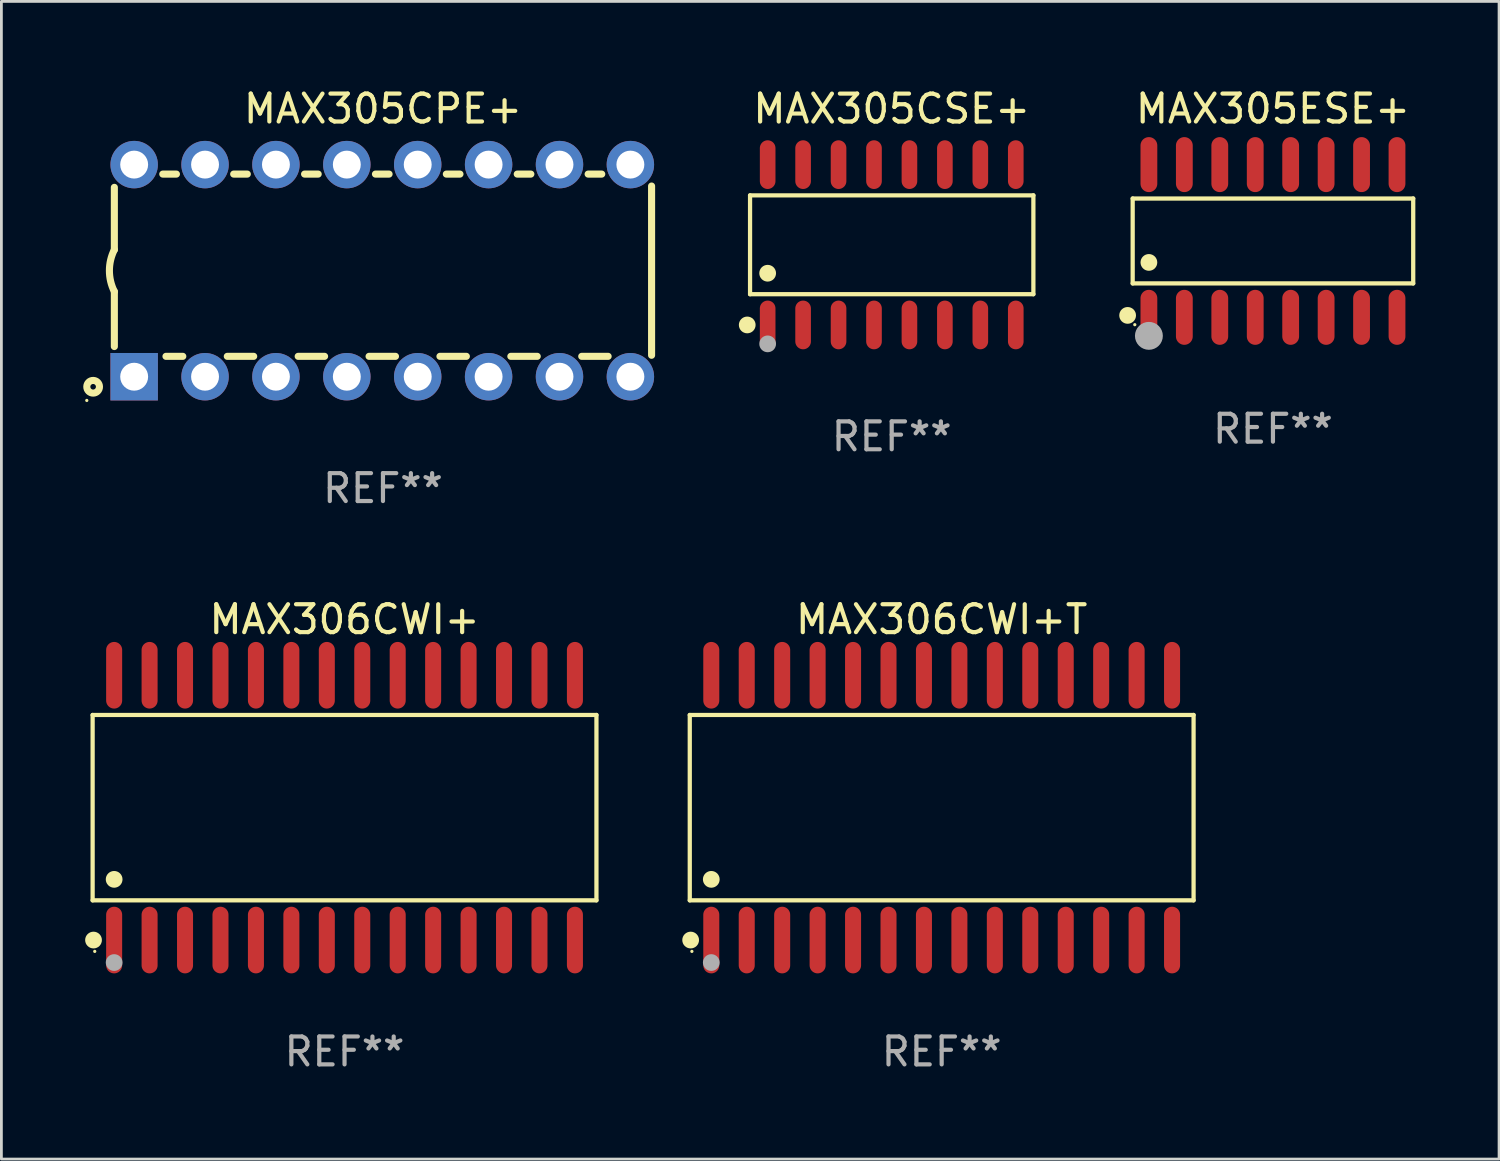
<source format=kicad_pcb>
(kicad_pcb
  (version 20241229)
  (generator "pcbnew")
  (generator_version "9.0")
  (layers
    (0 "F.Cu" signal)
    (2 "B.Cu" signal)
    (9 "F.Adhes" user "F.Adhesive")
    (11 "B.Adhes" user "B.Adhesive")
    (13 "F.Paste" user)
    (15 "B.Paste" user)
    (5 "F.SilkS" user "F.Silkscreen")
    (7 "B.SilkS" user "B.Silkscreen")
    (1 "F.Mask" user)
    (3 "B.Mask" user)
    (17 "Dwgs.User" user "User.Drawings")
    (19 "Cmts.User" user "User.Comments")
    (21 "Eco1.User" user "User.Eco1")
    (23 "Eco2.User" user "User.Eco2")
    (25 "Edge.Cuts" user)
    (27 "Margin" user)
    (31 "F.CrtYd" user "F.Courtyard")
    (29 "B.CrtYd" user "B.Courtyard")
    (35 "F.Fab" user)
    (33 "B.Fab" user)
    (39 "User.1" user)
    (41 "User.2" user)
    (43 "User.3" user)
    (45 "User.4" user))
  (footprint "MAX305CPE+"
    (layer "F.Cu")
    (at 10.672 6.648)
    (property "Reference" "MAX305CPE+" (at 0 -5.8 0) (layer "F.SilkS") (effects (font (size 1 1) (thickness 0.15))))
    (attr through_hole)
    (fp_line (start -9.625 -0.75) (end -9.625 -2.985) (stroke (width 0.254) (type solid)) (layer "F.SilkS"))
    (fp_line (start -9.625 0.749) (end -9.625 2.719) (stroke (width 0.254) (type solid)) (layer "F.SilkS"))
    (fp_line (start -7.889 -3.46) (end -7.401 -3.46) (stroke (width 0.254) (type solid)) (layer "F.SilkS"))
    (fp_line (start -7.775 3.07) (end -7.172 3.07) (stroke (width 0.254) (type solid)) (layer "F.SilkS"))
    (fp_line (start -5.578 3.07) (end -4.632 3.07) (stroke (width 0.254) (type solid)) (layer "F.SilkS"))
    (fp_line (start -5.349 -3.46) (end -4.861 -3.46) (stroke (width 0.254) (type solid)) (layer "F.SilkS"))
    (fp_line (start -3.038 3.07) (end -2.092 3.07) (stroke (width 0.254) (type solid)) (layer "F.SilkS"))
    (fp_line (start -2.809 -3.46) (end -2.321 -3.46) (stroke (width 0.254) (type solid)) (layer "F.SilkS"))
    (fp_line (start -0.498 3.07) (end 0.448 3.07) (stroke (width 0.254) (type solid)) (layer "F.SilkS"))
    (fp_line (start -0.269 -3.46) (end 0.219 -3.46) (stroke (width 0.254) (type solid)) (layer "F.SilkS"))
    (fp_line (start 2.042 3.07) (end 2.988 3.07) (stroke (width 0.254) (type solid)) (layer "F.SilkS"))
    (fp_line (start 2.271 -3.46) (end 2.759 -3.46) (stroke (width 0.254) (type solid)) (layer "F.SilkS"))
    (fp_line (start 4.582 3.07) (end 5.528 3.07) (stroke (width 0.254) (type solid)) (layer "F.SilkS"))
    (fp_line (start 4.811 -3.46) (end 5.299 -3.46) (stroke (width 0.254) (type solid)) (layer "F.SilkS"))
    (fp_line (start 7.122 3.07) (end 8.068 3.07) (stroke (width 0.254) (type solid)) (layer "F.SilkS"))
    (fp_line (start 7.351 -3.46) (end 7.839 -3.46) (stroke (width 0.254) (type solid)) (layer "F.SilkS"))
    (fp_line (start 9.625 3.032) (end 9.625 -3.032) (stroke (width 0.254) (type solid)) (layer "F.SilkS"))
    (fp_arc (start -9.62498 0.748819) (mid -9.801899 -0.000581) (end -9.625006 -0.749987) (stroke (width 0.254001) (type solid)) (layer "F.SilkS"))
    (fp_circle (center -10.612 4.65) (end -10.582 4.65) (stroke (width 0.06) (type solid)) (fill no) (layer "F.SilkS"))
    (fp_circle (center -10.385 4.16) (end -10.285 4.16) (stroke (width 0.254) (type solid)) (fill no) (layer "F.SilkS"))
    (fp_text user "REF**" (at 0 7.8 0) (layer "F.Fab") (effects (font (size 1 1) (thickness 0.15))))
    (pad "1" thru_hole rect (at -8.915 3.8 90) (size 1.7 1.7) (drill 1) (layers "*.Cu" "*.Mask"))
    (pad "2" thru_hole circle (at -6.375 3.8) (size 1.7 1.7) (drill 1) (layers "*.Cu" "*.Mask"))
    (pad "3" thru_hole circle (at -3.835 3.8) (size 1.7 1.7) (drill 1) (layers "*.Cu" "*.Mask"))
    (pad "4" thru_hole circle (at -1.295 3.8) (size 1.7 1.7) (drill 1) (layers "*.Cu" "*.Mask"))
    (pad "5" thru_hole circle (at 1.245 3.8) (size 1.7 1.7) (drill 1) (layers "*.Cu" "*.Mask"))
    (pad "6" thru_hole circle (at 3.785 3.8) (size 1.7 1.7) (drill 1) (layers "*.Cu" "*.Mask"))
    (pad "7" thru_hole circle (at 6.325 3.8) (size 1.7 1.7) (drill 1) (layers "*.Cu" "*.Mask"))
    (pad "8" thru_hole circle (at 8.865 3.8) (size 1.7 1.7) (drill 1) (layers "*.Cu" "*.Mask"))
    (pad "9" thru_hole circle (at 8.865 -3.8) (size 1.7 1.7) (drill 1) (layers "*.Cu" "*.Mask"))
    (pad "10" thru_hole circle (at 6.325 -3.8) (size 1.7 1.7) (drill 1) (layers "*.Cu" "*.Mask"))
    (pad "11" thru_hole circle (at 3.785 -3.8) (size 1.7 1.7) (drill 1) (layers "*.Cu" "*.Mask"))
    (pad "12" thru_hole circle (at 1.245 -3.8) (size 1.7 1.7) (drill 1) (layers "*.Cu" "*.Mask"))
    (pad "13" thru_hole circle (at -1.295 -3.8) (size 1.7 1.7) (drill 1) (layers "*.Cu" "*.Mask"))
    (pad "14" thru_hole circle (at -3.835 -3.8) (size 1.7 1.7) (drill 1) (layers "*.Cu" "*.Mask"))
    (pad "15" thru_hole circle (at -6.375 -3.8) (size 1.7 1.7) (drill 1) (layers "*.Cu" "*.Mask"))
    (pad "16" thru_hole circle (at -8.915 -3.8) (size 1.7 1.7) (drill 1) (layers "*.Cu" "*.Mask")))
  (footprint "MAX305CSE+"
    (layer "F.Cu")
    (at 28.901 5.721)
    (property "Reference" "MAX305CSE+" (at 0 -4.872 0) (layer "F.SilkS") (effects (font (size 1 1) (thickness 0.15))))
    (attr through_hole)
    (fp_line (start -5.076 -1.771) (end 5.076 -1.771) (stroke (width 0.152) (type solid)) (layer "F.SilkS"))
    (fp_line (start -5.076 1.771) (end -5.076 -1.771) (stroke (width 0.152) (type solid)) (layer "F.SilkS"))
    (fp_line (start 5.076 -1.771) (end 5.076 1.771) (stroke (width 0.152) (type solid)) (layer "F.SilkS"))
    (fp_line (start 5.076 1.771) (end -5.076 1.771) (stroke (width 0.152) (type solid)) (layer "F.SilkS"))
    (fp_circle (center -5.177 2.872) (end -5.027 2.872) (stroke (width 0.3) (type solid)) (fill no) (layer "F.SilkS"))
    (fp_circle (center -5.1 3) (end -5.07 3) (stroke (width 0.06) (type solid)) (fill no) (layer "F.SilkS"))
    (fp_circle (center -4.445 1.019) (end -4.295 1.019) (stroke (width 0.3) (type solid)) (fill no) (layer "F.SilkS"))
    (fp_circle (center -4.445 3.55) (end -4.295 3.55) (stroke (width 0.3) (type solid)) (fill no) (layer "F.Fab"))
    (fp_text user "REF**" (at 0 6.872 0) (layer "F.Fab") (effects (font (size 1 1) (thickness 0.15))))
    (pad "1" smd oval (at -4.445 2.872) (size 0.56 1.745) (layers "F.Cu" "F.Mask" "F.Paste"))
    (pad "2" smd oval (at -3.175 2.872) (size 0.56 1.745) (layers "F.Cu" "F.Mask" "F.Paste"))
    (pad "3" smd oval (at -1.905 2.872) (size 0.56 1.745) (layers "F.Cu" "F.Mask" "F.Paste"))
    (pad "4" smd oval (at -0.635 2.872) (size 0.56 1.745) (layers "F.Cu" "F.Mask" "F.Paste"))
    (pad "5" smd oval (at 0.635 2.872) (size 0.56 1.745) (layers "F.Cu" "F.Mask" "F.Paste"))
    (pad "6" smd oval (at 1.905 2.872) (size 0.56 1.745) (layers "F.Cu" "F.Mask" "F.Paste"))
    (pad "7" smd oval (at 3.175 2.872) (size 0.56 1.745) (layers "F.Cu" "F.Mask" "F.Paste"))
    (pad "8" smd oval (at 4.445 2.872) (size 0.56 1.745) (layers "F.Cu" "F.Mask" "F.Paste"))
    (pad "9" smd oval (at 4.445 -2.872) (size 0.56 1.745) (layers "F.Cu" "F.Mask" "F.Paste"))
    (pad "10" smd oval (at 3.175 -2.872) (size 0.56 1.745) (layers "F.Cu" "F.Mask" "F.Paste"))
    (pad "11" smd oval (at 1.905 -2.872) (size 0.56 1.745) (layers "F.Cu" "F.Mask" "F.Paste"))
    (pad "12" smd oval (at 0.635 -2.872) (size 0.56 1.745) (layers "F.Cu" "F.Mask" "F.Paste"))
    (pad "13" smd oval (at -0.635 -2.872) (size 0.56 1.745) (layers "F.Cu" "F.Mask" "F.Paste"))
    (pad "14" smd oval (at -1.905 -2.872) (size 0.56 1.745) (layers "F.Cu" "F.Mask" "F.Paste"))
    (pad "15" smd oval (at -3.175 -2.872) (size 0.56 1.745) (layers "F.Cu" "F.Mask" "F.Paste"))
    (pad "16" smd oval (at -4.445 -2.872) (size 0.56 1.745) (layers "F.Cu" "F.Mask" "F.Paste")))
  (footprint "MAX305ESE+"
    (layer "F.Cu")
    (at 42.561 5.584)
    (property "Reference" "MAX305ESE+" (at 0 -4.736 0) (layer "F.SilkS") (effects (font (size 1 1) (thickness 0.15))))
    (attr through_hole)
    (fp_line (start -5.026 -1.521) (end 5.026 -1.521) (stroke (width 0.152) (type solid)) (layer "F.SilkS"))
    (fp_line (start -5.026 1.521) (end -5.026 -1.521) (stroke (width 0.152) (type solid)) (layer "F.SilkS"))
    (fp_line (start 5.026 -1.521) (end 5.026 1.521) (stroke (width 0.152) (type solid)) (layer "F.SilkS"))
    (fp_line (start 5.026 1.521) (end -5.026 1.521) (stroke (width 0.152) (type solid)) (layer "F.SilkS"))
    (fp_circle (center -5.207 2.667) (end -5.057 2.667) (stroke (width 0.3) (type solid)) (fill no) (layer "F.SilkS"))
    (fp_circle (center -4.95 3) (end -4.92 3) (stroke (width 0.06) (type solid)) (fill no) (layer "F.SilkS"))
    (fp_circle (center -4.445 0.769) (end -4.295 0.769) (stroke (width 0.3) (type solid)) (fill no) (layer "F.SilkS"))
    (fp_circle (center -4.445 3.4) (end -4.195 3.4) (stroke (width 0.5) (type solid)) (fill no) (layer "F.Fab"))
    (fp_text user "REF**" (at 0 6.736 0) (layer "F.Fab") (effects (font (size 1 1) (thickness 0.15))))
    (pad "1" smd oval (at -4.445 2.736) (size 0.602 1.971) (layers "F.Cu" "F.Mask" "F.Paste"))
    (pad "2" smd oval (at -3.175 2.736) (size 0.602 1.971) (layers "F.Cu" "F.Mask" "F.Paste"))
    (pad "3" smd oval (at -1.905 2.736) (size 0.602 1.971) (layers "F.Cu" "F.Mask" "F.Paste"))
    (pad "4" smd oval (at -0.635 2.736) (size 0.602 1.971) (layers "F.Cu" "F.Mask" "F.Paste"))
    (pad "5" smd oval (at 0.635 2.736) (size 0.602 1.971) (layers "F.Cu" "F.Mask" "F.Paste"))
    (pad "6" smd oval (at 1.905 2.736) (size 0.602 1.971) (layers "F.Cu" "F.Mask" "F.Paste"))
    (pad "7" smd oval (at 3.175 2.736) (size 0.602 1.971) (layers "F.Cu" "F.Mask" "F.Paste"))
    (pad "8" smd oval (at 4.445 2.736) (size 0.602 1.971) (layers "F.Cu" "F.Mask" "F.Paste"))
    (pad "9" smd oval (at 4.445 -2.736) (size 0.602 1.971) (layers "F.Cu" "F.Mask" "F.Paste"))
    (pad "10" smd oval (at 3.175 -2.736) (size 0.602 1.971) (layers "F.Cu" "F.Mask" "F.Paste"))
    (pad "11" smd oval (at 1.905 -2.736) (size 0.602 1.971) (layers "F.Cu" "F.Mask" "F.Paste"))
    (pad "12" smd oval (at 0.635 -2.736) (size 0.602 1.971) (layers "F.Cu" "F.Mask" "F.Paste"))
    (pad "13" smd oval (at -0.635 -2.736) (size 0.602 1.971) (layers "F.Cu" "F.Mask" "F.Paste"))
    (pad "14" smd oval (at -1.905 -2.736) (size 0.602 1.971) (layers "F.Cu" "F.Mask" "F.Paste"))
    (pad "15" smd oval (at -3.175 -2.736) (size 0.602 1.971) (layers "F.Cu" "F.Mask" "F.Paste"))
    (pad "16" smd oval (at -4.445 -2.736) (size 0.602 1.971) (layers "F.Cu" "F.Mask" "F.Paste")))
  (footprint "MAX306CWI+"
    (layer "F.Cu")
    (at 9.295 25.889)
    (property "Reference" "MAX306CWI+" (at 0 -6.744 0) (layer "F.SilkS") (effects (font (size 1 1) (thickness 0.15))))
    (attr through_hole)
    (fp_line (start -9.026 -3.321) (end 9.026 -3.321) (stroke (width 0.152) (type solid)) (layer "F.SilkS"))
    (fp_line (start -9.026 3.321) (end -9.026 -3.321) (stroke (width 0.152) (type solid)) (layer "F.SilkS"))
    (fp_line (start 9.026 -3.321) (end 9.026 3.321) (stroke (width 0.152) (type solid)) (layer "F.SilkS"))
    (fp_line (start 9.026 3.321) (end -9.026 3.321) (stroke (width 0.152) (type solid)) (layer "F.SilkS"))
    (fp_circle (center -8.994 4.744) (end -8.844 4.744) (stroke (width 0.3) (type solid)) (fill no) (layer "F.SilkS"))
    (fp_circle (center -8.95 5.15) (end -8.92 5.15) (stroke (width 0.06) (type solid)) (fill no) (layer "F.SilkS"))
    (fp_circle (center -8.255 2.569) (end -8.105 2.569) (stroke (width 0.3) (type solid)) (fill no) (layer "F.SilkS"))
    (fp_circle (center -8.255 5.55) (end -8.105 5.55) (stroke (width 0.3) (type solid)) (fill no) (layer "F.Fab"))
    (fp_text user "REF**" (at 0 8.744 0) (layer "F.Fab") (effects (font (size 1 1) (thickness 0.15))))
    (pad "1" smd oval (at -8.255 4.744) (size 0.574 2.388) (layers "F.Cu" "F.Mask" "F.Paste"))
    (pad "2" smd oval (at -6.985 4.744) (size 0.574 2.388) (layers "F.Cu" "F.Mask" "F.Paste"))
    (pad "3" smd oval (at -5.715 4.744) (size 0.574 2.388) (layers "F.Cu" "F.Mask" "F.Paste"))
    (pad "4" smd oval (at -4.445 4.744) (size 0.574 2.388) (layers "F.Cu" "F.Mask" "F.Paste"))
    (pad "5" smd oval (at -3.175 4.744) (size 0.574 2.388) (layers "F.Cu" "F.Mask" "F.Paste"))
    (pad "6" smd oval (at -1.905 4.744) (size 0.574 2.388) (layers "F.Cu" "F.Mask" "F.Paste"))
    (pad "7" smd oval (at -0.635 4.744) (size 0.574 2.388) (layers "F.Cu" "F.Mask" "F.Paste"))
    (pad "8" smd oval (at 0.635 4.744) (size 0.574 2.388) (layers "F.Cu" "F.Mask" "F.Paste"))
    (pad "9" smd oval (at 1.905 4.744) (size 0.574 2.388) (layers "F.Cu" "F.Mask" "F.Paste"))
    (pad "10" smd oval (at 3.175 4.744) (size 0.574 2.388) (layers "F.Cu" "F.Mask" "F.Paste"))
    (pad "11" smd oval (at 4.445 4.744) (size 0.574 2.388) (layers "F.Cu" "F.Mask" "F.Paste"))
    (pad "12" smd oval (at 5.715 4.744) (size 0.574 2.388) (layers "F.Cu" "F.Mask" "F.Paste"))
    (pad "13" smd oval (at 6.985 4.744) (size 0.574 2.388) (layers "F.Cu" "F.Mask" "F.Paste"))
    (pad "14" smd oval (at 8.255 4.744) (size 0.574 2.388) (layers "F.Cu" "F.Mask" "F.Paste"))
    (pad "15" smd oval (at 8.255 -4.744) (size 0.574 2.388) (layers "F.Cu" "F.Mask" "F.Paste"))
    (pad "16" smd oval (at 6.985 -4.744) (size 0.574 2.388) (layers "F.Cu" "F.Mask" "F.Paste"))
    (pad "17" smd oval (at 5.715 -4.744) (size 0.574 2.388) (layers "F.Cu" "F.Mask" "F.Paste"))
    (pad "18" smd oval (at 4.445 -4.744) (size 0.574 2.388) (layers "F.Cu" "F.Mask" "F.Paste"))
    (pad "19" smd oval (at 3.175 -4.744) (size 0.574 2.388) (layers "F.Cu" "F.Mask" "F.Paste"))
    (pad "20" smd oval (at 1.905 -4.744) (size 0.574 2.388) (layers "F.Cu" "F.Mask" "F.Paste"))
    (pad "21" smd oval (at 0.635 -4.744) (size 0.574 2.388) (layers "F.Cu" "F.Mask" "F.Paste"))
    (pad "22" smd oval (at -0.635 -4.744) (size 0.574 2.388) (layers "F.Cu" "F.Mask" "F.Paste"))
    (pad "23" smd oval (at -1.905 -4.744) (size 0.574 2.388) (layers "F.Cu" "F.Mask" "F.Paste"))
    (pad "24" smd oval (at -3.175 -4.744) (size 0.574 2.388) (layers "F.Cu" "F.Mask" "F.Paste"))
    (pad "25" smd oval (at -4.445 -4.744) (size 0.574 2.388) (layers "F.Cu" "F.Mask" "F.Paste"))
    (pad "26" smd oval (at -5.715 -4.744) (size 0.574 2.388) (layers "F.Cu" "F.Mask" "F.Paste"))
    (pad "27" smd oval (at -6.985 -4.744) (size 0.574 2.388) (layers "F.Cu" "F.Mask" "F.Paste"))
    (pad "28" smd oval (at -8.255 -4.744) (size 0.574 2.388) (layers "F.Cu" "F.Mask" "F.Paste")))
  (footprint "MAX306CWI+T"
    (layer "F.Cu")
    (at 30.691 25.889)
    (property "Reference" "MAX306CWI+T" (at 0 -6.744 0) (layer "F.SilkS") (effects (font (size 1 1) (thickness 0.15))))
    (attr through_hole)
    (fp_line (start -9.026 -3.321) (end 9.026 -3.321) (stroke (width 0.152) (type solid)) (layer "F.SilkS"))
    (fp_line (start -9.026 3.321) (end -9.026 -3.321) (stroke (width 0.152) (type solid)) (layer "F.SilkS"))
    (fp_line (start 9.026 -3.321) (end 9.026 3.321) (stroke (width 0.152) (type solid)) (layer "F.SilkS"))
    (fp_line (start 9.026 3.321) (end -9.026 3.321) (stroke (width 0.152) (type solid)) (layer "F.SilkS"))
    (fp_circle (center -8.994 4.744) (end -8.844 4.744) (stroke (width 0.3) (type solid)) (fill no) (layer "F.SilkS"))
    (fp_circle (center -8.95 5.15) (end -8.92 5.15) (stroke (width 0.06) (type solid)) (fill no) (layer "F.SilkS"))
    (fp_circle (center -8.255 2.569) (end -8.105 2.569) (stroke (width 0.3) (type solid)) (fill no) (layer "F.SilkS"))
    (fp_circle (center -8.255 5.55) (end -8.105 5.55) (stroke (width 0.3) (type solid)) (fill no) (layer "F.Fab"))
    (fp_text user "REF**" (at 0 8.744 0) (layer "F.Fab") (effects (font (size 1 1) (thickness 0.15))))
    (pad "1" smd oval (at -8.255 4.744) (size 0.574 2.388) (layers "F.Cu" "F.Mask" "F.Paste"))
    (pad "2" smd oval (at -6.985 4.744) (size 0.574 2.388) (layers "F.Cu" "F.Mask" "F.Paste"))
    (pad "3" smd oval (at -5.715 4.744) (size 0.574 2.388) (layers "F.Cu" "F.Mask" "F.Paste"))
    (pad "4" smd oval (at -4.445 4.744) (size 0.574 2.388) (layers "F.Cu" "F.Mask" "F.Paste"))
    (pad "5" smd oval (at -3.175 4.744) (size 0.574 2.388) (layers "F.Cu" "F.Mask" "F.Paste"))
    (pad "6" smd oval (at -1.905 4.744) (size 0.574 2.388) (layers "F.Cu" "F.Mask" "F.Paste"))
    (pad "7" smd oval (at -0.635 4.744) (size 0.574 2.388) (layers "F.Cu" "F.Mask" "F.Paste"))
    (pad "8" smd oval (at 0.635 4.744) (size 0.574 2.388) (layers "F.Cu" "F.Mask" "F.Paste"))
    (pad "9" smd oval (at 1.905 4.744) (size 0.574 2.388) (layers "F.Cu" "F.Mask" "F.Paste"))
    (pad "10" smd oval (at 3.175 4.744) (size 0.574 2.388) (layers "F.Cu" "F.Mask" "F.Paste"))
    (pad "11" smd oval (at 4.445 4.744) (size 0.574 2.388) (layers "F.Cu" "F.Mask" "F.Paste"))
    (pad "12" smd oval (at 5.715 4.744) (size 0.574 2.388) (layers "F.Cu" "F.Mask" "F.Paste"))
    (pad "13" smd oval (at 6.985 4.744) (size 0.574 2.388) (layers "F.Cu" "F.Mask" "F.Paste"))
    (pad "14" smd oval (at 8.255 4.744) (size 0.574 2.388) (layers "F.Cu" "F.Mask" "F.Paste"))
    (pad "15" smd oval (at 8.255 -4.744) (size 0.574 2.388) (layers "F.Cu" "F.Mask" "F.Paste"))
    (pad "16" smd oval (at 6.985 -4.744) (size 0.574 2.388) (layers "F.Cu" "F.Mask" "F.Paste"))
    (pad "17" smd oval (at 5.715 -4.744) (size 0.574 2.388) (layers "F.Cu" "F.Mask" "F.Paste"))
    (pad "18" smd oval (at 4.445 -4.744) (size 0.574 2.388) (layers "F.Cu" "F.Mask" "F.Paste"))
    (pad "19" smd oval (at 3.175 -4.744) (size 0.574 2.388) (layers "F.Cu" "F.Mask" "F.Paste"))
    (pad "20" smd oval (at 1.905 -4.744) (size 0.574 2.388) (layers "F.Cu" "F.Mask" "F.Paste"))
    (pad "21" smd oval (at 0.635 -4.744) (size 0.574 2.388) (layers "F.Cu" "F.Mask" "F.Paste"))
    (pad "22" smd oval (at -0.635 -4.744) (size 0.574 2.388) (layers "F.Cu" "F.Mask" "F.Paste"))
    (pad "23" smd oval (at -1.905 -4.744) (size 0.574 2.388) (layers "F.Cu" "F.Mask" "F.Paste"))
    (pad "24" smd oval (at -3.175 -4.744) (size 0.574 2.388) (layers "F.Cu" "F.Mask" "F.Paste"))
    (pad "25" smd oval (at -4.445 -4.744) (size 0.574 2.388) (layers "F.Cu" "F.Mask" "F.Paste"))
    (pad "26" smd oval (at -5.715 -4.744) (size 0.574 2.388) (layers "F.Cu" "F.Mask" "F.Paste"))
    (pad "27" smd oval (at -6.985 -4.744) (size 0.574 2.388) (layers "F.Cu" "F.Mask" "F.Paste"))
    (pad "28" smd oval (at -8.255 -4.744) (size 0.574 2.388) (layers "F.Cu" "F.Mask" "F.Paste")))
  (gr_rect
    (start -3 -3)
    (end 50.663 38.481)
    (stroke (width 0.1) (type default))
    (fill no)
    (layer "Edge.Cuts")))
</source>
